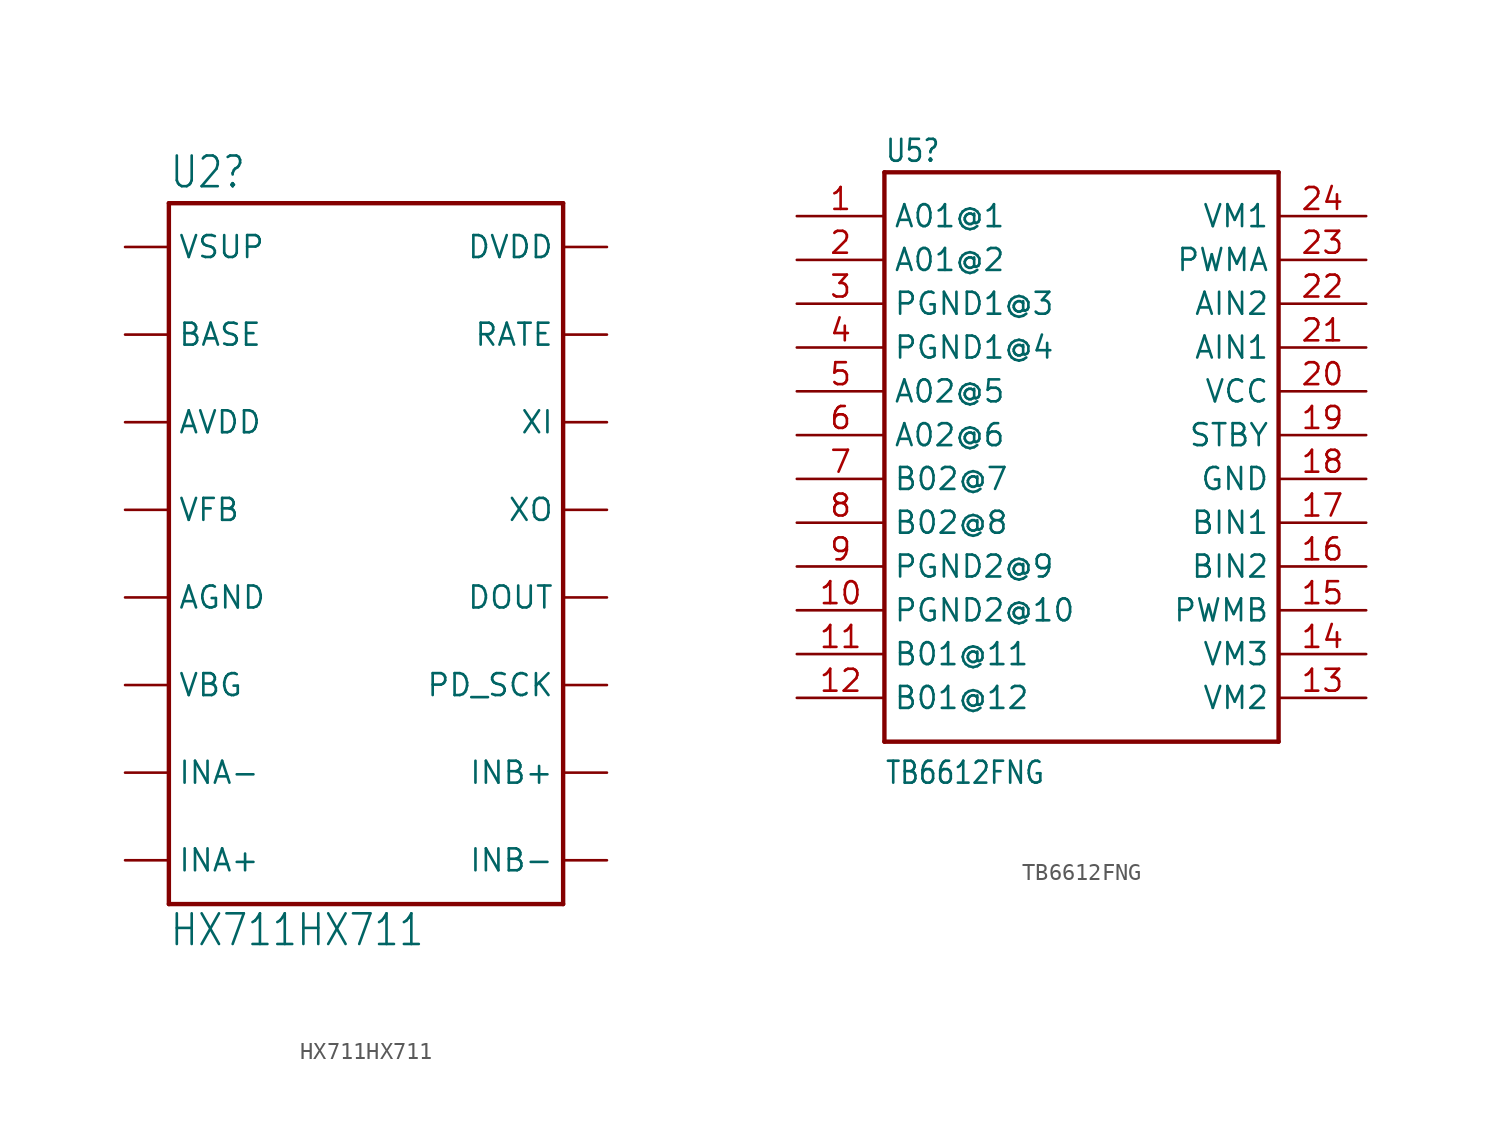
<source format=kicad_sym>
(kicad_symbol_lib
  (version 20211014)
  (generator kicad_symbol_editor)
  (symbol "HX711HX711"
    (property "Reference" "U2"
      (at -12.7 21.082 0)
      (effects (font (size 1.778 1.511)) (justify left bottom)))
    (property "Value" "HX711HX711"
      (at -12.7 -22.86 0)
      (effects (font (size 1.778 1.511)) (justify left bottom)))
    (symbol "HX711HX711_1_0"
      (polyline (pts (xy -12.7 -20.32) (xy -12.7 20.32)) (stroke (width 0.254) (type default) (color 0 0 0 0)) (fill (type none)))
      (polyline (pts (xy -12.7 20.32) (xy 10.16 20.32)) (stroke (width 0.254) (type default) (color 0 0 0 0)) (fill (type none)))
      (polyline (pts (xy 10.16 -20.32) (xy -12.7 -20.32)) (stroke (width 0.254) (type default) (color 0 0 0 0)) (fill (type none)))
      (polyline (pts (xy 10.16 20.32) (xy 10.16 -20.32)) (stroke (width 0.254) (type default) (color 0 0 0 0)) (fill (type none)))
      (pin bidirectional line (at -15.24 17.78 0) (length 2.54) (name "VSUP" (effects (font (size 1.27 1.27)))) (number "1" (effects (font (size 0 0)))))
      (pin bidirectional line (at 12.7 -12.7 180) (length 2.54) (name "INB+" (effects (font (size 1.27 1.27)))) (number "10" (effects (font (size 0 0)))))
      (pin bidirectional line (at 12.7 -7.62 180) (length 2.54) (name "PD_SCK" (effects (font (size 1.27 1.27)))) (number "11" (effects (font (size 0 0)))))
      (pin bidirectional line (at 12.7 -2.54 180) (length 2.54) (name "DOUT" (effects (font (size 1.27 1.27)))) (number "12" (effects (font (size 0 0)))))
      (pin bidirectional line (at 12.7 2.54 180) (length 2.54) (name "XO" (effects (font (size 1.27 1.27)))) (number "13" (effects (font (size 0 0)))))
      (pin bidirectional line (at 12.7 7.62 180) (length 2.54) (name "XI" (effects (font (size 1.27 1.27)))) (number "14" (effects (font (size 0 0)))))
      (pin bidirectional line (at 12.7 12.7 180) (length 2.54) (name "RATE" (effects (font (size 1.27 1.27)))) (number "15" (effects (font (size 0 0)))))
      (pin bidirectional line (at 12.7 17.78 180) (length 2.54) (name "DVDD" (effects (font (size 1.27 1.27)))) (number "16" (effects (font (size 0 0)))))
      (pin bidirectional line (at -15.24 12.7 0) (length 2.54) (name "BASE" (effects (font (size 1.27 1.27)))) (number "2" (effects (font (size 0 0)))))
      (pin bidirectional line (at -15.24 7.62 0) (length 2.54) (name "AVDD" (effects (font (size 1.27 1.27)))) (number "3" (effects (font (size 0 0)))))
      (pin bidirectional line (at -15.24 2.54 0) (length 2.54) (name "VFB" (effects (font (size 1.27 1.27)))) (number "4" (effects (font (size 0 0)))))
      (pin bidirectional line (at -15.24 -2.54 0) (length 2.54) (name "AGND" (effects (font (size 1.27 1.27)))) (number "5" (effects (font (size 0 0)))))
      (pin bidirectional line (at -15.24 -7.62 0) (length 2.54) (name "VBG" (effects (font (size 1.27 1.27)))) (number "6" (effects (font (size 0 0)))))
      (pin bidirectional line (at -15.24 -12.7 0) (length 2.54) (name "INA-" (effects (font (size 1.27 1.27)))) (number "7" (effects (font (size 0 0)))))
      (pin bidirectional line (at -15.24 -17.78 0) (length 2.54) (name "INA+" (effects (font (size 1.27 1.27)))) (number "8" (effects (font (size 0 0)))))
      (pin bidirectional line (at 12.7 -17.78 180) (length 2.54) (name "INB-" (effects (font (size 1.27 1.27)))) (number "9" (effects (font (size 0 0)))))))
  (symbol "TB6612FNG"
    (property "Reference" "U5"
      (at -12.7 15.748 0)
      (effects (font (size 1.27 1.079)) (justify left bottom)))
    (property "Value" "TB6612FNG"
      (at -12.7 -20.32 0)
      (effects (font (size 1.27 1.079)) (justify left bottom)))
    (symbol "TB6612FNG_1_0"
      (polyline (pts (xy -12.7 -17.78) (xy 10.16 -17.78)) (stroke (width 0.254) (type default) (color 0 0 0 0)) (fill (type none)))
      (polyline (pts (xy -12.7 15.24) (xy -12.7 -17.78)) (stroke (width 0.254) (type default) (color 0 0 0 0)) (fill (type none)))
      (polyline (pts (xy 10.16 -17.78) (xy 10.16 15.24)) (stroke (width 0.254) (type default) (color 0 0 0 0)) (fill (type none)))
      (polyline (pts (xy 10.16 15.24) (xy -12.7 15.24)) (stroke (width 0.254) (type default) (color 0 0 0 0)) (fill (type none)))
      (pin bidirectional line (at -17.78 12.7 0) (length 5.08) (name "A01@1" (effects (font (size 1.27 1.27)))) (number "1" (effects (font (size 1.27 1.27)))))
      (pin bidirectional line (at -17.78 -10.16 0) (length 5.08) (name "PGND2@10" (effects (font (size 1.27 1.27)))) (number "10" (effects (font (size 1.27 1.27)))))
      (pin bidirectional line (at -17.78 -12.7 0) (length 5.08) (name "B01@11" (effects (font (size 1.27 1.27)))) (number "11" (effects (font (size 1.27 1.27)))))
      (pin bidirectional line (at -17.78 -15.24 0) (length 5.08) (name "B01@12" (effects (font (size 1.27 1.27)))) (number "12" (effects (font (size 1.27 1.27)))))
      (pin bidirectional line (at 15.24 -15.24 180) (length 5.08) (name "VM2" (effects (font (size 1.27 1.27)))) (number "13" (effects (font (size 1.27 1.27)))))
      (pin bidirectional line (at 15.24 -12.7 180) (length 5.08) (name "VM3" (effects (font (size 1.27 1.27)))) (number "14" (effects (font (size 1.27 1.27)))))
      (pin bidirectional line (at 15.24 -10.16 180) (length 5.08) (name "PWMB" (effects (font (size 1.27 1.27)))) (number "15" (effects (font (size 1.27 1.27)))))
      (pin bidirectional line (at 15.24 -7.62 180) (length 5.08) (name "BIN2" (effects (font (size 1.27 1.27)))) (number "16" (effects (font (size 1.27 1.27)))))
      (pin bidirectional line (at 15.24 -5.08 180) (length 5.08) (name "BIN1" (effects (font (size 1.27 1.27)))) (number "17" (effects (font (size 1.27 1.27)))))
      (pin bidirectional line (at 15.24 -2.54 180) (length 5.08) (name "GND" (effects (font (size 1.27 1.27)))) (number "18" (effects (font (size 1.27 1.27)))))
      (pin bidirectional line (at 15.24 0 180) (length 5.08) (name "STBY" (effects (font (size 1.27 1.27)))) (number "19" (effects (font (size 1.27 1.27)))))
      (pin bidirectional line (at -17.78 10.16 0) (length 5.08) (name "A01@2" (effects (font (size 1.27 1.27)))) (number "2" (effects (font (size 1.27 1.27)))))
      (pin bidirectional line (at 15.24 2.54 180) (length 5.08) (name "VCC" (effects (font (size 1.27 1.27)))) (number "20" (effects (font (size 1.27 1.27)))))
      (pin bidirectional line (at 15.24 5.08 180) (length 5.08) (name "AIN1" (effects (font (size 1.27 1.27)))) (number "21" (effects (font (size 1.27 1.27)))))
      (pin bidirectional line (at 15.24 7.62 180) (length 5.08) (name "AIN2" (effects (font (size 1.27 1.27)))) (number "22" (effects (font (size 1.27 1.27)))))
      (pin bidirectional line (at 15.24 10.16 180) (length 5.08) (name "PWMA" (effects (font (size 1.27 1.27)))) (number "23" (effects (font (size 1.27 1.27)))))
      (pin bidirectional line (at 15.24 12.7 180) (length 5.08) (name "VM1" (effects (font (size 1.27 1.27)))) (number "24" (effects (font (size 1.27 1.27)))))
      (pin bidirectional line (at -17.78 7.62 0) (length 5.08) (name "PGND1@3" (effects (font (size 1.27 1.27)))) (number "3" (effects (font (size 1.27 1.27)))))
      (pin bidirectional line (at -17.78 5.08 0) (length 5.08) (name "PGND1@4" (effects (font (size 1.27 1.27)))) (number "4" (effects (font (size 1.27 1.27)))))
      (pin bidirectional line (at -17.78 2.54 0) (length 5.08) (name "A02@5" (effects (font (size 1.27 1.27)))) (number "5" (effects (font (size 1.27 1.27)))))
      (pin bidirectional line (at -17.78 0 0) (length 5.08) (name "A02@6" (effects (font (size 1.27 1.27)))) (number "6" (effects (font (size 1.27 1.27)))))
      (pin bidirectional line (at -17.78 -2.54 0) (length 5.08) (name "B02@7" (effects (font (size 1.27 1.27)))) (number "7" (effects (font (size 1.27 1.27)))))
      (pin bidirectional line (at -17.78 -5.08 0) (length 5.08) (name "B02@8" (effects (font (size 1.27 1.27)))) (number "8" (effects (font (size 1.27 1.27)))))
      (pin bidirectional line (at -17.78 -7.62 0) (length 5.08) (name "PGND2@9" (effects (font (size 1.27 1.27)))) (number "9" (effects (font (size 1.27 1.27))))))))
</source>
